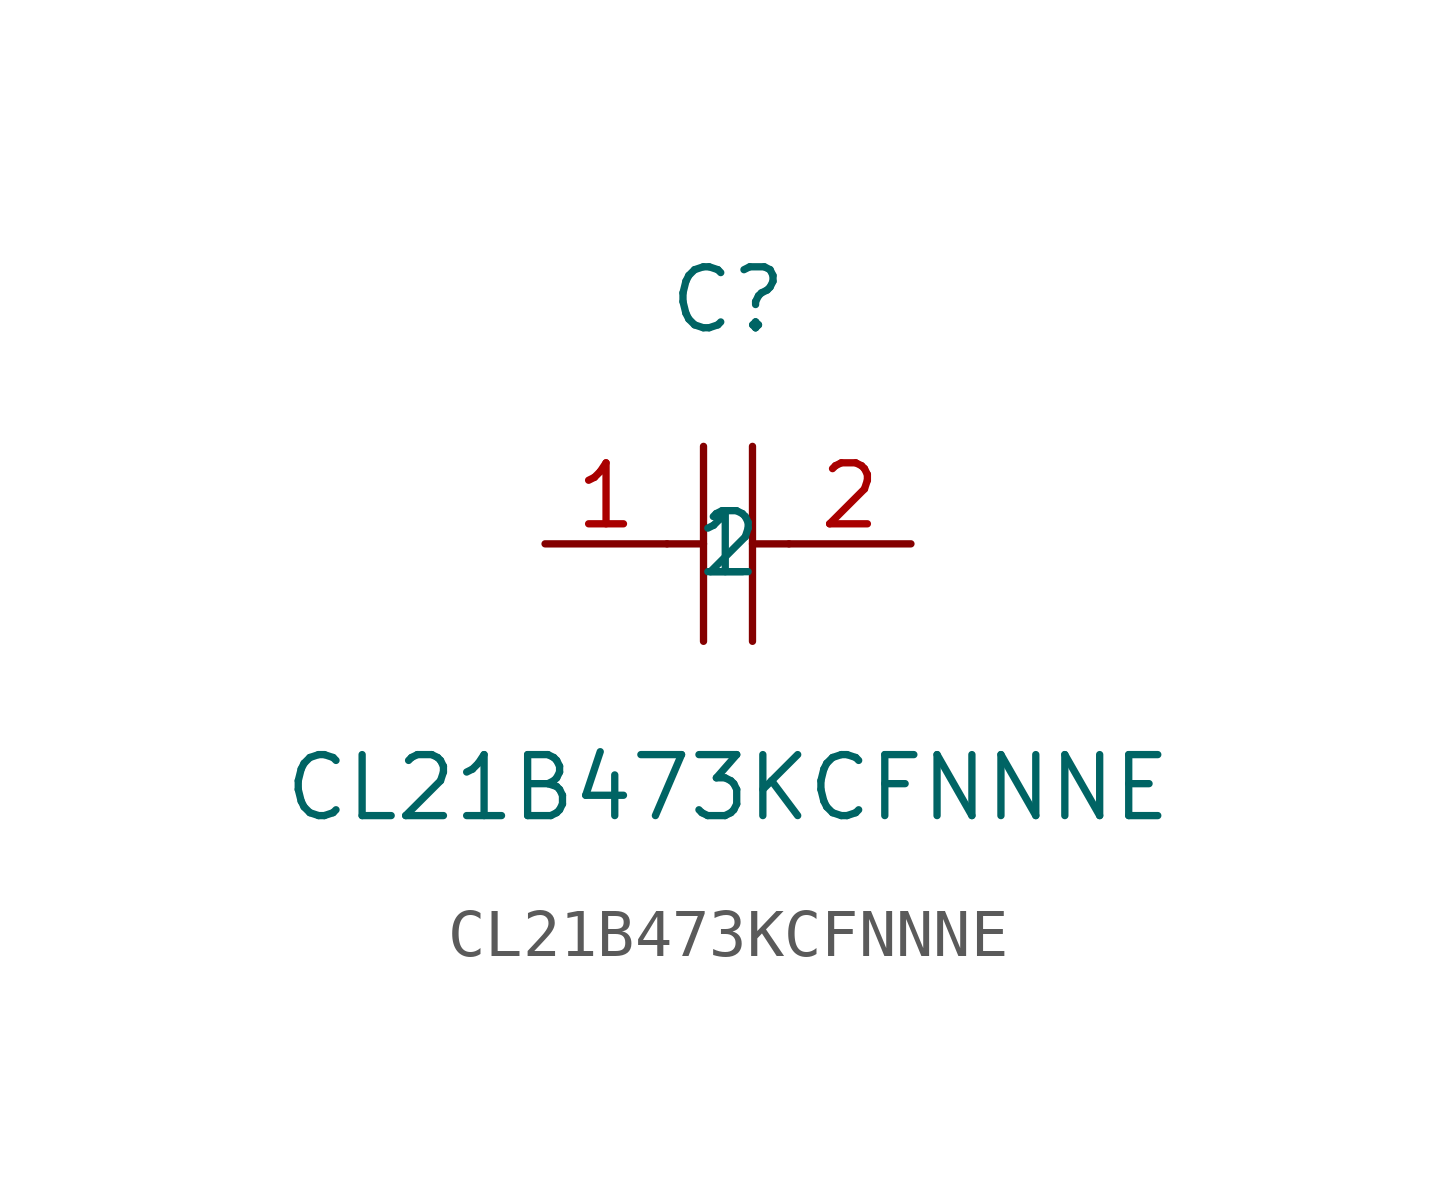
<source format=kicad_sym>
(kicad_symbol_lib
  (version 20211014)
  (generator https://github.com/uPesy/easyeda2kicad.py)
  (symbol "CL21B473KCFNNNE"
    (property "Reference" "C"
      (at 0 5.08 0)
      (effects (font (size 1.27 1.27))))
    (property "Value" "CL21B473KCFNNNE"
      (at 0 -5.08 0)
      (effects (font (size 1.27 1.27))))
    (symbol "CL21B473KCFNNNE_0_1"
      (polyline (pts (xy -0.51 2.03) (xy -0.51 -2.03)) (stroke (width 0) (type default) (color 0 0 0 0)) (fill (type none)))
      (polyline (pts (xy 0.51 2.03) (xy 0.51 -2.03)) (stroke (width 0) (type default) (color 0 0 0 0)) (fill (type none)))
      (polyline (pts (xy -1.27 -0.00) (xy -0.51 -0.00)) (stroke (width 0) (type default) (color 0 0 0 0)) (fill (type none)))
      (polyline (pts (xy 0.51 -0.00) (xy 1.27 -0.00)) (stroke (width 0) (type default) (color 0 0 0 0)) (fill (type none)))
      (pin input line (at -3.81 -0.00 0) (length 2.54) (name "1" (effects (font (size 1.27 1.27)))) (number "1" (effects (font (size 1.27 1.27)))))
      (pin input line (at 3.81 -0.00 180) (length 2.54) (name "2" (effects (font (size 1.27 1.27)))) (number "2" (effects (font (size 1.27 1.27))))))))
</source>
